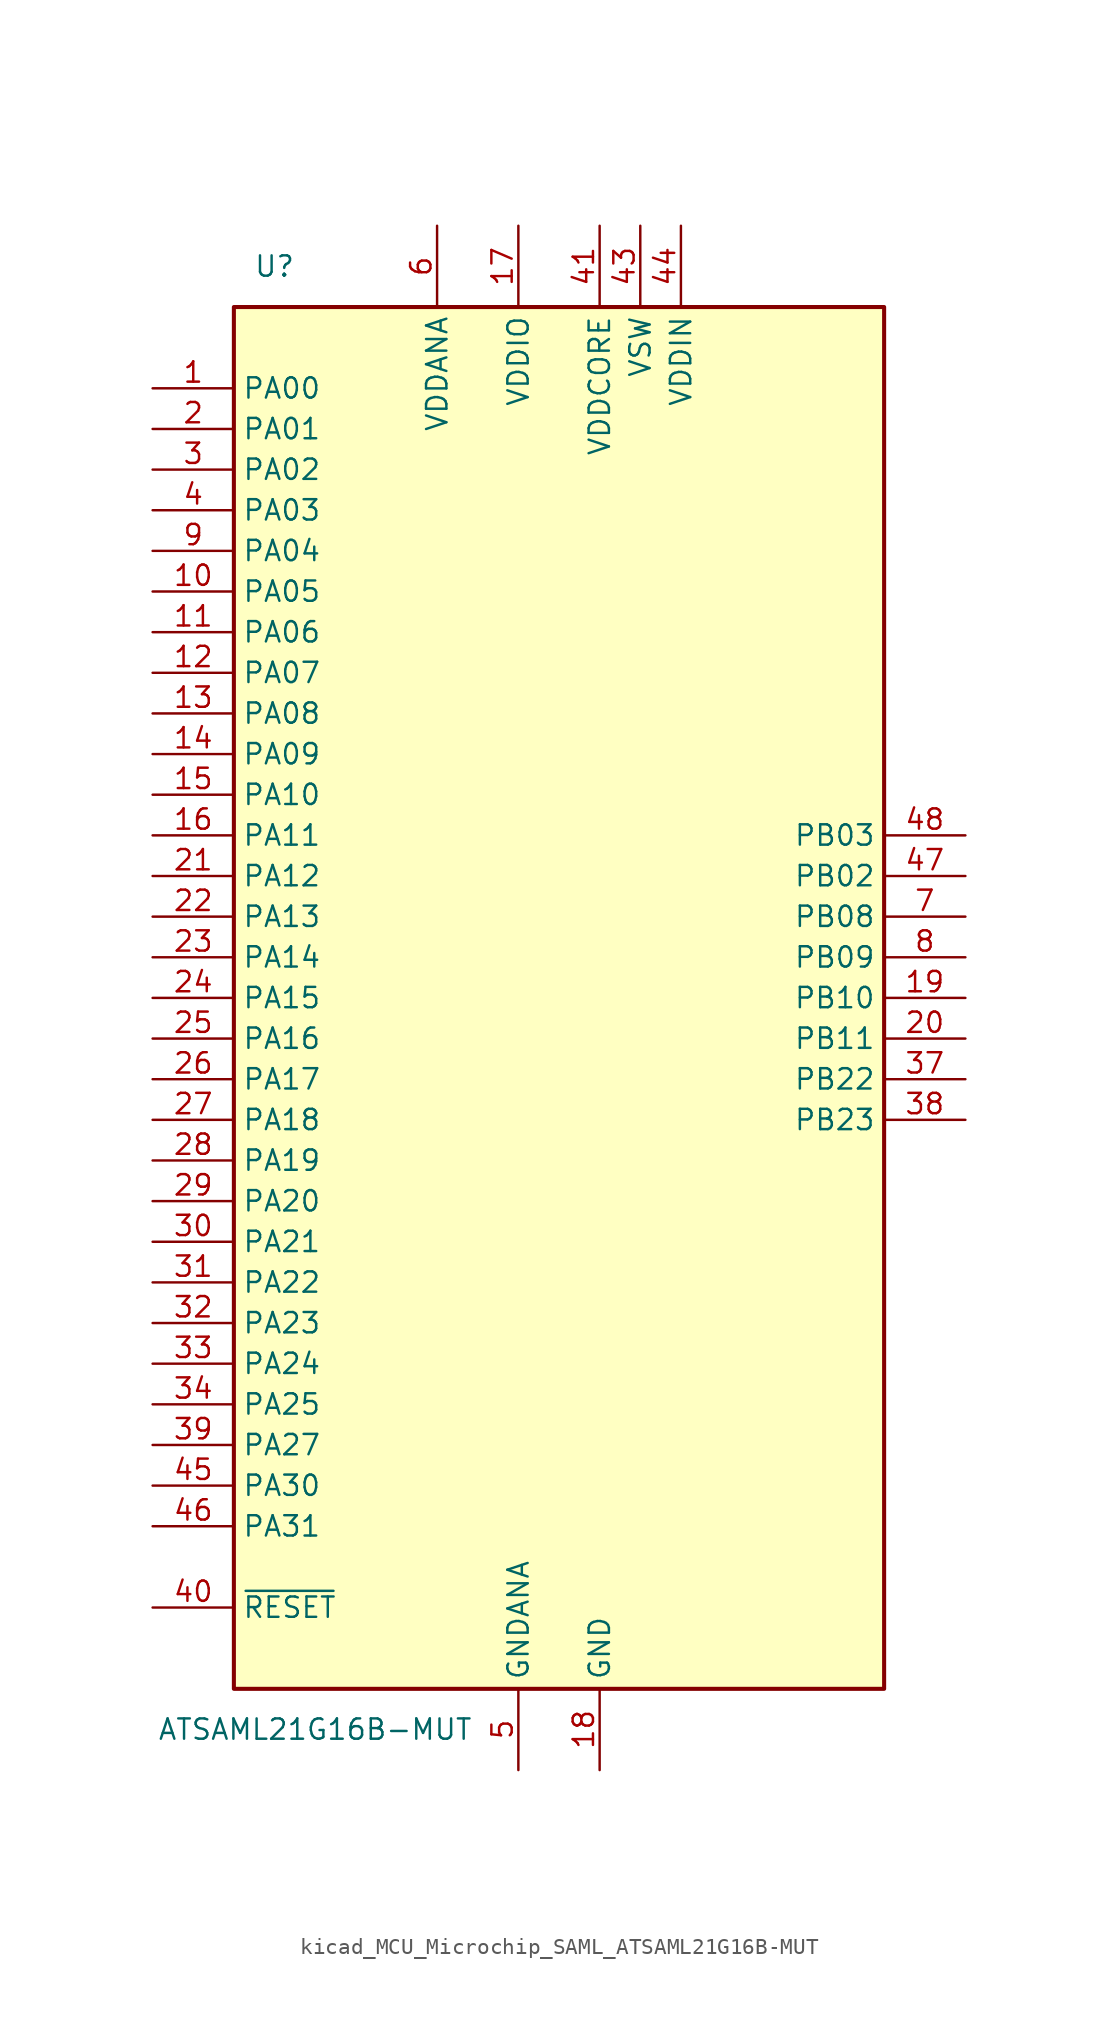
<source format=kicad_sym>
(kicad_symbol_lib
  (version 20220914)
  (generator kicad_symbol_editor)
  (symbol "kicad_MCU_Microchip_SAML_ATSAML21G16B-MUT"
    (property "Reference" "U"
      (at -17.78 45.72 0)
      (effects (font (size 1.27 1.27))))
    (property "Value" "ATSAML21G16B-MUT"
      (at -15.24 -45.72 0)
      (effects (font (size 1.27 1.27))))
    (symbol "kicad_MCU_Microchip_SAML_ATSAML21G16B-MUT_0_1"
      (rectangle (start -20.32 43.18) (end 20.32 -43.18) (stroke (width 0.254) (type default)) (fill (type background))))
    (symbol "kicad_MCU_Microchip_SAML_ATSAML21G16B-MUT_1_1"
      (pin bidirectional line (at -25.4 38.1 0) (length 5.08) (name "PA00" (effects (font (size 1.27 1.27)))) (number "1" (effects (font (size 1.27 1.27)))))
      (pin bidirectional line (at -25.4 25.4 0) (length 5.08) (name "PA05" (effects (font (size 1.27 1.27)))) (number "10" (effects (font (size 1.27 1.27)))))
      (pin bidirectional line (at -25.4 22.86 0) (length 5.08) (name "PA06" (effects (font (size 1.27 1.27)))) (number "11" (effects (font (size 1.27 1.27)))))
      (pin bidirectional line (at -25.4 20.32 0) (length 5.08) (name "PA07" (effects (font (size 1.27 1.27)))) (number "12" (effects (font (size 1.27 1.27)))))
      (pin bidirectional line (at -25.4 17.78 0) (length 5.08) (name "PA08" (effects (font (size 1.27 1.27)))) (number "13" (effects (font (size 1.27 1.27)))))
      (pin bidirectional line (at -25.4 15.24 0) (length 5.08) (name "PA09" (effects (font (size 1.27 1.27)))) (number "14" (effects (font (size 1.27 1.27)))))
      (pin bidirectional line (at -25.4 12.7 0) (length 5.08) (name "PA10" (effects (font (size 1.27 1.27)))) (number "15" (effects (font (size 1.27 1.27)))))
      (pin bidirectional line (at -25.4 10.16 0) (length 5.08) (name "PA11" (effects (font (size 1.27 1.27)))) (number "16" (effects (font (size 1.27 1.27)))))
      (pin power_in line (at -2.54 48.26 270) (length 5.08) (name "VDDIO" (effects (font (size 1.27 1.27)))) (number "17" (effects (font (size 1.27 1.27)))))
      (pin power_in line (at 2.54 -48.26 90) (length 5.08) (name "GND" (effects (font (size 1.27 1.27)))) (number "18" (effects (font (size 1.27 1.27)))))
      (pin bidirectional line (at 25.4 0 180) (length 5.08) (name "PB10" (effects (font (size 1.27 1.27)))) (number "19" (effects (font (size 1.27 1.27)))))
      (pin bidirectional line (at -25.4 35.56 0) (length 5.08) (name "PA01" (effects (font (size 1.27 1.27)))) (number "2" (effects (font (size 1.27 1.27)))))
      (pin bidirectional line (at 25.4 -2.54 180) (length 5.08) (name "PB11" (effects (font (size 1.27 1.27)))) (number "20" (effects (font (size 1.27 1.27)))))
      (pin bidirectional line (at -25.4 7.62 0) (length 5.08) (name "PA12" (effects (font (size 1.27 1.27)))) (number "21" (effects (font (size 1.27 1.27)))))
      (pin bidirectional line (at -25.4 5.08 0) (length 5.08) (name "PA13" (effects (font (size 1.27 1.27)))) (number "22" (effects (font (size 1.27 1.27)))))
      (pin bidirectional line (at -25.4 2.54 0) (length 5.08) (name "PA14" (effects (font (size 1.27 1.27)))) (number "23" (effects (font (size 1.27 1.27)))))
      (pin bidirectional line (at -25.4 0 0) (length 5.08) (name "PA15" (effects (font (size 1.27 1.27)))) (number "24" (effects (font (size 1.27 1.27)))))
      (pin bidirectional line (at -25.4 -2.54 0) (length 5.08) (name "PA16" (effects (font (size 1.27 1.27)))) (number "25" (effects (font (size 1.27 1.27)))))
      (pin bidirectional line (at -25.4 -5.08 0) (length 5.08) (name "PA17" (effects (font (size 1.27 1.27)))) (number "26" (effects (font (size 1.27 1.27)))))
      (pin bidirectional line (at -25.4 -7.62 0) (length 5.08) (name "PA18" (effects (font (size 1.27 1.27)))) (number "27" (effects (font (size 1.27 1.27)))))
      (pin bidirectional line (at -25.4 -10.16 0) (length 5.08) (name "PA19" (effects (font (size 1.27 1.27)))) (number "28" (effects (font (size 1.27 1.27)))))
      (pin bidirectional line (at -25.4 -12.7 0) (length 5.08) (name "PA20" (effects (font (size 1.27 1.27)))) (number "29" (effects (font (size 1.27 1.27)))))
      (pin bidirectional line (at -25.4 33.02 0) (length 5.08) (name "PA02" (effects (font (size 1.27 1.27)))) (number "3" (effects (font (size 1.27 1.27)))))
      (pin bidirectional line (at -25.4 -15.24 0) (length 5.08) (name "PA21" (effects (font (size 1.27 1.27)))) (number "30" (effects (font (size 1.27 1.27)))))
      (pin bidirectional line (at -25.4 -17.78 0) (length 5.08) (name "PA22" (effects (font (size 1.27 1.27)))) (number "31" (effects (font (size 1.27 1.27)))))
      (pin bidirectional line (at -25.4 -20.32 0) (length 5.08) (name "PA23" (effects (font (size 1.27 1.27)))) (number "32" (effects (font (size 1.27 1.27)))))
      (pin bidirectional line (at -25.4 -22.86 0) (length 5.08) (name "PA24" (effects (font (size 1.27 1.27)))) (number "33" (effects (font (size 1.27 1.27)))))
      (pin bidirectional line (at -25.4 -25.4 0) (length 5.08) (name "PA25" (effects (font (size 1.27 1.27)))) (number "34" (effects (font (size 1.27 1.27)))))
      (pin passive line (at 2.54 -48.26 90) (length 5.08) hide (name "GND" (effects (font (size 1.27 1.27)))) (number "35" (effects (font (size 1.27 1.27)))))
      (pin passive line (at -2.54 48.26 270) (length 5.08) hide (name "VDDIO" (effects (font (size 1.27 1.27)))) (number "36" (effects (font (size 1.27 1.27)))))
      (pin bidirectional line (at 25.4 -5.08 180) (length 5.08) (name "PB22" (effects (font (size 1.27 1.27)))) (number "37" (effects (font (size 1.27 1.27)))))
      (pin bidirectional line (at 25.4 -7.62 180) (length 5.08) (name "PB23" (effects (font (size 1.27 1.27)))) (number "38" (effects (font (size 1.27 1.27)))))
      (pin bidirectional line (at -25.4 -27.94 0) (length 5.08) (name "PA27" (effects (font (size 1.27 1.27)))) (number "39" (effects (font (size 1.27 1.27)))))
      (pin bidirectional line (at -25.4 30.48 0) (length 5.08) (name "PA03" (effects (font (size 1.27 1.27)))) (number "4" (effects (font (size 1.27 1.27)))))
      (pin input line (at -25.4 -38.1 0) (length 5.08) (name "~{RESET}" (effects (font (size 1.27 1.27)))) (number "40" (effects (font (size 1.27 1.27)))))
      (pin power_in line (at 2.54 48.26 270) (length 5.08) (name "VDDCORE" (effects (font (size 1.27 1.27)))) (number "41" (effects (font (size 1.27 1.27)))))
      (pin passive line (at 2.54 -48.26 90) (length 5.08) hide (name "GND" (effects (font (size 1.27 1.27)))) (number "42" (effects (font (size 1.27 1.27)))))
      (pin power_out line (at 5.08 48.26 270) (length 5.08) (name "VSW" (effects (font (size 1.27 1.27)))) (number "43" (effects (font (size 1.27 1.27)))))
      (pin power_in line (at 7.62 48.26 270) (length 5.08) (name "VDDIN" (effects (font (size 1.27 1.27)))) (number "44" (effects (font (size 1.27 1.27)))))
      (pin bidirectional line (at -25.4 -30.48 0) (length 5.08) (name "PA30" (effects (font (size 1.27 1.27)))) (number "45" (effects (font (size 1.27 1.27)))))
      (pin bidirectional line (at -25.4 -33.02 0) (length 5.08) (name "PA31" (effects (font (size 1.27 1.27)))) (number "46" (effects (font (size 1.27 1.27)))))
      (pin bidirectional line (at 25.4 7.62 180) (length 5.08) (name "PB02" (effects (font (size 1.27 1.27)))) (number "47" (effects (font (size 1.27 1.27)))))
      (pin bidirectional line (at 25.4 10.16 180) (length 5.08) (name "PB03" (effects (font (size 1.27 1.27)))) (number "48" (effects (font (size 1.27 1.27)))))
      (pin power_in line (at -2.54 -48.26 90) (length 5.08) (name "GNDANA" (effects (font (size 1.27 1.27)))) (number "5" (effects (font (size 1.27 1.27)))))
      (pin power_in line (at -7.62 48.26 270) (length 5.08) (name "VDDANA" (effects (font (size 1.27 1.27)))) (number "6" (effects (font (size 1.27 1.27)))))
      (pin bidirectional line (at 25.4 5.08 180) (length 5.08) (name "PB08" (effects (font (size 1.27 1.27)))) (number "7" (effects (font (size 1.27 1.27)))))
      (pin bidirectional line (at 25.4 2.54 180) (length 5.08) (name "PB09" (effects (font (size 1.27 1.27)))) (number "8" (effects (font (size 1.27 1.27)))))
      (pin bidirectional line (at -25.4 27.94 0) (length 5.08) (name "PA04" (effects (font (size 1.27 1.27)))) (number "9" (effects (font (size 1.27 1.27))))))))
</source>
